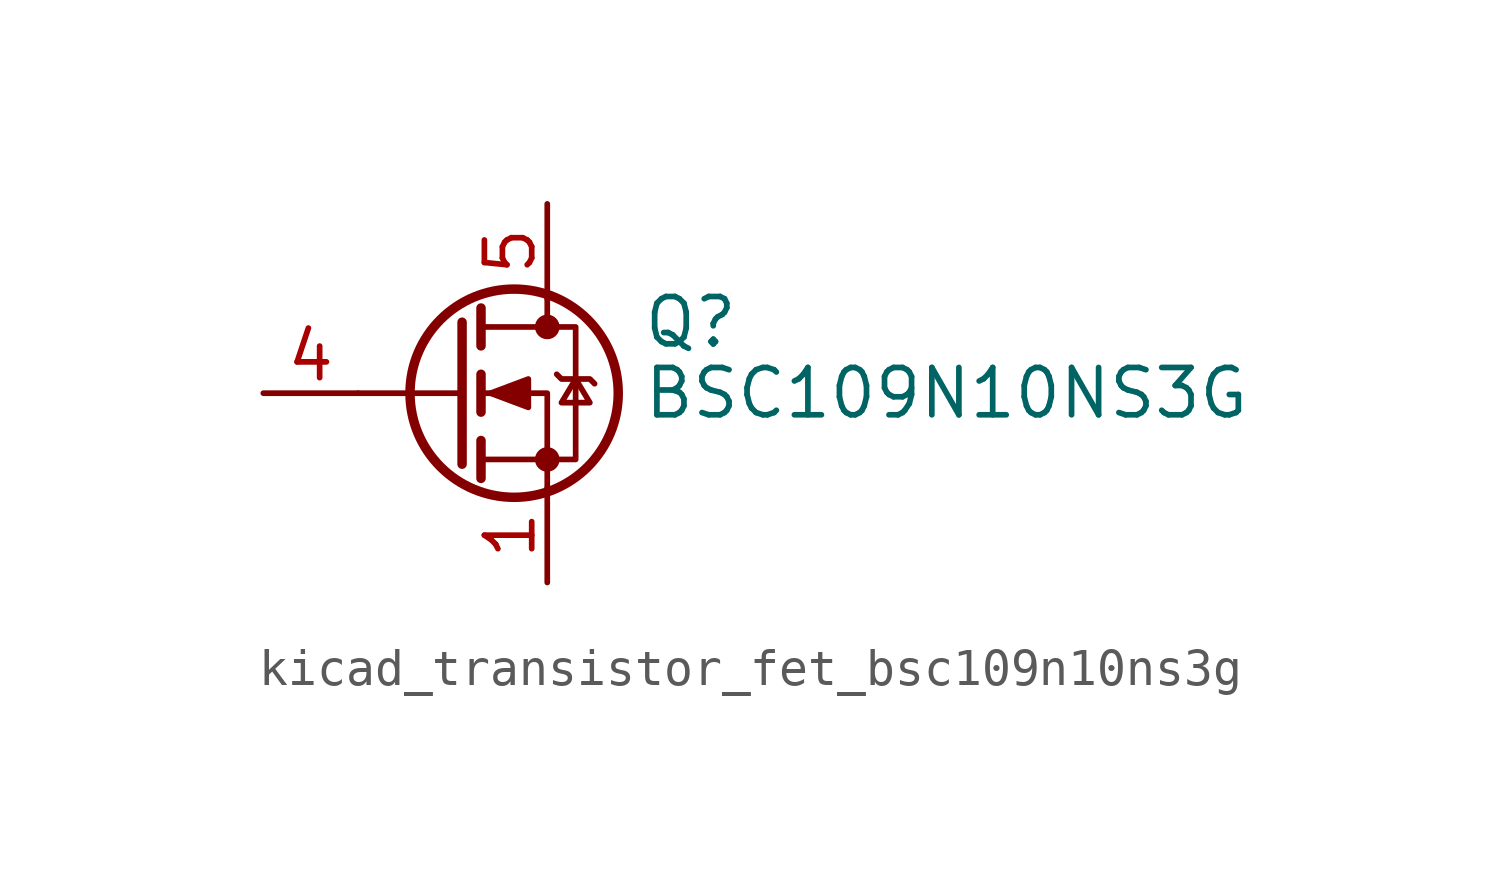
<source format=kicad_sym>
(kicad_symbol_lib
  (version 20220914)
  (generator kicad_symbol_editor)
  (symbol "kicad_transistor_fet_bsc109n10ns3g"
    (pin_names hide)
    (property "Reference" "Q"
      (at 5.08 1.905 0)
      (effects (font (size 1.27 1.27)) (justify left)))
    (property "Value" "BSC109N10NS3G"
      (at 5.08 0 0)
      (effects (font (size 1.27 1.27)) (justify left)))
    (symbol "kicad_transistor_fet_bsc109n10ns3g_0_1"
      (polyline (pts (xy 0.254 0) (xy -2.54 0)) (stroke (width 0) (type default)) (fill (type none)))
      (polyline (pts (xy 0.254 1.905) (xy 0.254 -1.905)) (stroke (width 0.254) (type default)) (fill (type none)))
      (polyline (pts (xy 0.762 -1.27) (xy 0.762 -2.286)) (stroke (width 0.254) (type default)) (fill (type none)))
      (polyline (pts (xy 0.762 0.508) (xy 0.762 -0.508)) (stroke (width 0.254) (type default)) (fill (type none)))
      (polyline (pts (xy 0.762 2.286) (xy 0.762 1.27)) (stroke (width 0.254) (type default)) (fill (type none)))
      (polyline (pts (xy 2.54 2.54) (xy 2.54 1.778)) (stroke (width 0) (type default)) (fill (type none)))
      (polyline (pts (xy 2.54 -2.54) (xy 2.54 0) (xy 0.762 0)) (stroke (width 0) (type default)) (fill (type none)))
      (polyline (pts (xy 0.762 -1.778) (xy 3.302 -1.778) (xy 3.302 1.778) (xy 0.762 1.778)) (stroke (width 0) (type default)) (fill (type none)))
      (polyline (pts (xy 1.016 0) (xy 2.032 0.381) (xy 2.032 -0.381) (xy 1.016 0)) (stroke (width 0) (type default)) (fill (type outline)))
      (polyline (pts (xy 2.794 0.508) (xy 2.921 0.381) (xy 3.683 0.381) (xy 3.81 0.254)) (stroke (width 0) (type default)) (fill (type none)))
      (polyline (pts (xy 3.302 0.381) (xy 2.921 -0.254) (xy 3.683 -0.254) (xy 3.302 0.381)) (stroke (width 0) (type default)) (fill (type none)))
      (circle (center 1.651 0) (radius 2.794) (stroke (width 0.254) (type default)) (fill (type none)))
      (circle (center 2.54 -1.778) (radius 0.254) (stroke (width 0) (type default)) (fill (type outline)))
      (circle (center 2.54 1.778) (radius 0.254) (stroke (width 0) (type default)) (fill (type outline))))
    (symbol "kicad_transistor_fet_bsc109n10ns3g_1_1"
      (pin passive line (at 2.54 -5.08 90) (length 2.54) (name "S" (effects (font (size 1.27 1.27)))) (number "1" (effects (font (size 1.27 1.27)))))
      (pin passive line (at 2.54 -5.08 90) (length 2.54) hide (name "S" (effects (font (size 1.27 1.27)))) (number "2" (effects (font (size 1.27 1.27)))))
      (pin passive line (at 2.54 -5.08 90) (length 2.54) hide (name "S" (effects (font (size 1.27 1.27)))) (number "3" (effects (font (size 1.27 1.27)))))
      (pin passive line (at -5.08 0 0) (length 2.54) (name "G" (effects (font (size 1.27 1.27)))) (number "4" (effects (font (size 1.27 1.27)))))
      (pin passive line (at 2.54 5.08 270) (length 2.54) (name "D" (effects (font (size 1.27 1.27)))) (number "5" (effects (font (size 1.27 1.27))))))))
</source>
